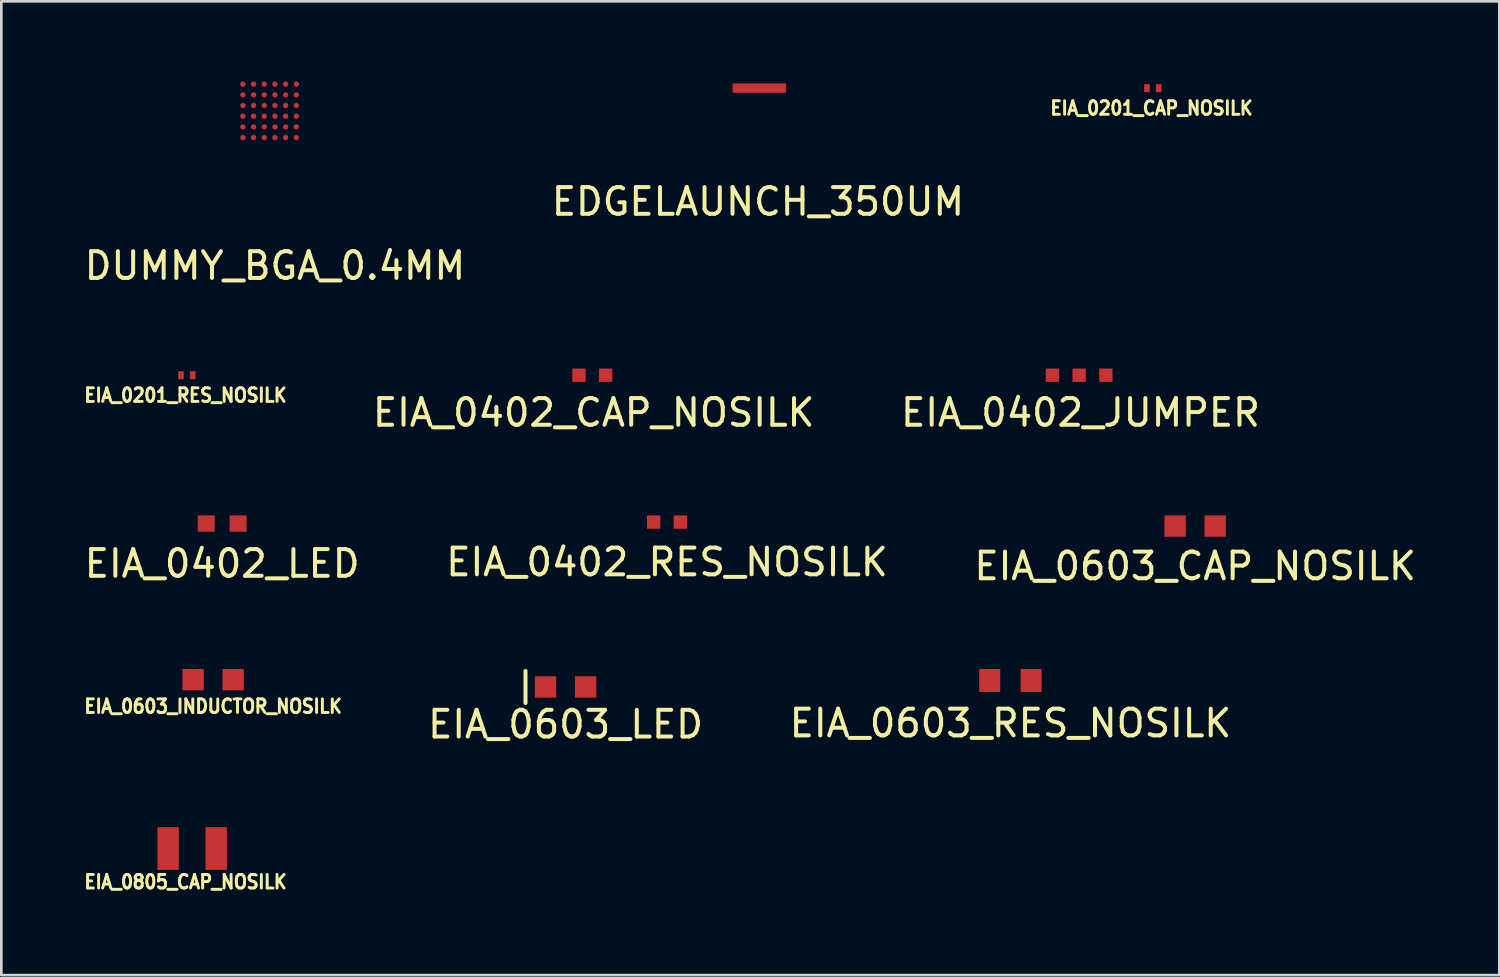
<source format=kicad_pcb>
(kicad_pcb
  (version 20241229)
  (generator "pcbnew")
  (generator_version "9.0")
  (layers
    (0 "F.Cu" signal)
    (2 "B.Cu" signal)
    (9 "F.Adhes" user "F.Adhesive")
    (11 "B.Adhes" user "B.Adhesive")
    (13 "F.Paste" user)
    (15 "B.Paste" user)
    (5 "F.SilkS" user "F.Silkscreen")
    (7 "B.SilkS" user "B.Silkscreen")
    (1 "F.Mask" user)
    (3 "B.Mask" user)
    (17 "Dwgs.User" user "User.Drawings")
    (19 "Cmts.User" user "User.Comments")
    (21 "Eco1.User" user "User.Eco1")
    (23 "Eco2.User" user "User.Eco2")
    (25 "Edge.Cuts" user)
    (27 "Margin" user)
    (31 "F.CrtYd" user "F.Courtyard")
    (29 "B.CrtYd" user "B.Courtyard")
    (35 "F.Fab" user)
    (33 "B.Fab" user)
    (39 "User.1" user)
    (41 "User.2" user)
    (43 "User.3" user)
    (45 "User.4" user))
  (footprint "EIA_0805_CAP_NOSILK"
    (layer "F.Cu")
    (at 4.145 28.718)
    (property "Reference" "EIA_0805_CAP_NOSILK" (at -0.25 1.25 0) (layer "F.SilkS") (effects (font (size 0.508 0.457) (thickness 0.11))))
    (attr smd)
    (pad "1" smd rect (at -0.9 0) (size 0.8 1.6) (layers "F.Cu" "F.Mask" "F.Paste"))
    (pad "2" smd rect (at 0.9 0) (size 0.8 1.6) (layers "F.Cu" "F.Mask" "F.Paste")))
  (footprint "EIA_0402_CAP_NOSILK"
    (layer "F.Cu")
    (at 19.127 10.998)
    (property "Reference" "EIA_0402_CAP_NOSILK" (at 0.05 1.4 0) (layer "F.SilkS") (effects (font (size 1 1) (thickness 0.15))))
    (attr smd)
    (pad "1" smd rect (at -0.5 0) (size 0.5 0.5) (layers "F.Cu" "F.Mask" "F.Paste"))
    (pad "2" smd rect (at 0.5 0) (size 0.5 0.5) (layers "F.Cu" "F.Mask" "F.Paste")))
  (footprint "EIA_0201_CAP_NOSILK"
    (layer "F.Cu")
    (at 40.112 0.25)
    (property "Reference" "EIA_0201_CAP_NOSILK" (at -0.05 0.75 0) (layer "F.SilkS") (effects (font (size 0.508 0.457) (thickness 0.11))))
    (attr through_hole)
    (pad "1" smd rect (at -0.22 0) (size 0.21 0.3) (layers "F.Cu" "F.Mask" "F.Paste"))
    (pad "2" smd rect (at 0.22 0) (size 0.21 0.3) (layers "F.Cu" "F.Mask" "F.Paste")))
  (footprint "EIA_0603_RES_NOSILK"
    (layer "F.Cu")
    (at 34.78 22.427)
    (property "Reference" "EIA_0603_RES_NOSILK" (at 0 1.6 0) (layer "F.SilkS") (effects (font (size 1 1) (thickness 0.15))))
    (attr smd)
    (pad "1" smd rect (at -0.775 0) (size 0.787 0.864) (layers "F.Cu" "F.Mask" "F.Paste"))
    (pad "2" smd rect (at 0.775 0) (size 0.787 0.864) (layers "F.Cu" "F.Mask" "F.Paste")))
  (footprint "DUMMY_BGA_0.4MM"
    (layer "F.Cu")
    (at 7.044 1.1)
    (property "Reference" "DUMMY_BGA_0.4MM" (at 0.2 5.8 0) (layer "F.SilkS") (effects (font (size 1 1) (thickness 0.15))))
    (attr through_hole)
    (pad "A1" smd circle (at -1 -1) (size 0.2 0.2) (layers "F.Cu" "F.Mask" "F.Paste"))
    (pad "A2" smd circle (at -0.6 -1) (size 0.2 0.2) (layers "F.Cu" "F.Mask" "F.Paste"))
    (pad "A3" smd circle (at -0.2 -1) (size 0.2 0.2) (layers "F.Cu" "F.Mask" "F.Paste"))
    (pad "A4" smd circle (at 0.2 -1) (size 0.2 0.2) (layers "F.Cu" "F.Mask" "F.Paste"))
    (pad "A5" smd circle (at 0.6 -1) (size 0.2 0.2) (layers "F.Cu" "F.Mask" "F.Paste"))
    (pad "A6" smd circle (at 1 -1) (size 0.2 0.2) (layers "F.Cu" "F.Mask" "F.Paste"))
    (pad "B1" smd circle (at -1 -0.6) (size 0.2 0.2) (layers "F.Cu" "F.Mask" "F.Paste"))
    (pad "B2" smd circle (at -0.6 -0.6) (size 0.2 0.2) (layers "F.Cu" "F.Mask" "F.Paste"))
    (pad "B3" smd circle (at -0.2 -0.6) (size 0.2 0.2) (layers "F.Cu" "F.Mask" "F.Paste"))
    (pad "B4" smd circle (at 0.2 -0.6) (size 0.2 0.2) (layers "F.Cu" "F.Mask" "F.Paste"))
    (pad "B5" smd circle (at 0.6 -0.6) (size 0.2 0.2) (layers "F.Cu" "F.Mask" "F.Paste"))
    (pad "B6" smd circle (at 1 -0.6) (size 0.2 0.2) (layers "F.Cu" "F.Mask" "F.Paste"))
    (pad "C1" smd circle (at -1 -0.2) (size 0.2 0.2) (layers "F.Cu" "F.Mask" "F.Paste"))
    (pad "C2" smd circle (at -0.6 -0.2) (size 0.2 0.2) (layers "F.Cu" "F.Mask" "F.Paste"))
    (pad "C3" smd circle (at -0.2 -0.2) (size 0.2 0.2) (layers "F.Cu" "F.Mask" "F.Paste"))
    (pad "C4" smd circle (at 0.2 -0.2) (size 0.2 0.2) (layers "F.Cu" "F.Mask" "F.Paste"))
    (pad "C5" smd circle (at 0.6 -0.2) (size 0.2 0.2) (layers "F.Cu" "F.Mask" "F.Paste"))
    (pad "C6" smd circle (at 1 -0.2) (size 0.2 0.2) (layers "F.Cu" "F.Mask" "F.Paste"))
    (pad "D1" smd circle (at -1 0.2) (size 0.2 0.2) (layers "F.Cu" "F.Mask" "F.Paste"))
    (pad "D2" smd circle (at -0.6 0.2) (size 0.2 0.2) (layers "F.Cu" "F.Mask" "F.Paste"))
    (pad "D3" smd circle (at -0.2 0.2) (size 0.2 0.2) (layers "F.Cu" "F.Mask" "F.Paste"))
    (pad "D4" smd circle (at 0.2 0.2) (size 0.2 0.2) (layers "F.Cu" "F.Mask" "F.Paste"))
    (pad "D5" smd circle (at 0.6 0.2) (size 0.2 0.2) (layers "F.Cu" "F.Mask" "F.Paste"))
    (pad "D6" smd circle (at 1 0.2) (size 0.2 0.2) (layers "F.Cu" "F.Mask" "F.Paste"))
    (pad "E1" smd circle (at -1 0.6) (size 0.2 0.2) (layers "F.Cu" "F.Mask" "F.Paste"))
    (pad "E2" smd circle (at -0.6 0.6) (size 0.2 0.2) (layers "F.Cu" "F.Mask" "F.Paste"))
    (pad "E3" smd circle (at -0.2 0.6) (size 0.2 0.2) (layers "F.Cu" "F.Mask" "F.Paste"))
    (pad "E4" smd circle (at 0.2 0.6) (size 0.2 0.2) (layers "F.Cu" "F.Mask" "F.Paste"))
    (pad "E5" smd circle (at 0.6 0.6) (size 0.2 0.2) (layers "F.Cu" "F.Mask" "F.Paste"))
    (pad "E6" smd circle (at 1 0.6) (size 0.2 0.2) (layers "F.Cu" "F.Mask" "F.Paste"))
    (pad "F1" smd circle (at -1 1) (size 0.2 0.2) (layers "F.Cu" "F.Mask" "F.Paste"))
    (pad "F2" smd circle (at -0.6 1) (size 0.2 0.2) (layers "F.Cu" "F.Mask" "F.Paste"))
    (pad "F3" smd circle (at -0.2 1) (size 0.2 0.2) (layers "F.Cu" "F.Mask" "F.Paste"))
    (pad "F4" smd circle (at 0.2 1) (size 0.2 0.2) (layers "F.Cu" "F.Mask" "F.Paste"))
    (pad "F5" smd circle (at 0.6 1) (size 0.2 0.2) (layers "F.Cu" "F.Mask" "F.Paste"))
    (pad "F6" smd circle (at 1 1) (size 0.2 0.2) (layers "F.Cu" "F.Mask" "F.Paste")))
  (footprint "EIA_0402_LED"
    (layer "F.Cu")
    (at 5.268 16.552)
    (property "Reference" "EIA_0402_LED" (at 0 1.5 0) (layer "F.SilkS") (effects (font (size 1 1) (thickness 0.15))))
    (attr smd)
    (pad "1" smd rect (at -0.597 0) (size 0.635 0.61) (layers "F.Cu" "F.Mask" "F.Paste"))
    (pad "2" smd rect (at 0.597 0) (size 0.635 0.61) (layers "F.Cu" "F.Mask" "F.Paste")))
  (footprint "EIA_0402_RES_NOSILK"
    (layer "F.Cu")
    (at 21.923 16.497)
    (property "Reference" "EIA_0402_RES_NOSILK" (at 0 1.5 0) (layer "F.SilkS") (effects (font (size 1 1) (thickness 0.15))))
    (attr smd)
    (pad "1" smd rect (at -0.5 0) (size 0.5 0.5) (layers "F.Cu" "F.Mask" "F.Paste"))
    (pad "2" smd rect (at 0.5 0) (size 0.5 0.5) (layers "F.Cu" "F.Mask" "F.Paste")))
  (footprint "EIA_0402_JUMPER"
    (layer "F.Cu")
    (at 37.353 10.998)
    (property "Reference" "EIA_0402_JUMPER" (at 0.05 1.4 0) (layer "F.SilkS") (effects (font (size 1 1) (thickness 0.15))))
    (attr smd)
    (pad "1" smd rect (at -1 0) (size 0.5 0.5) (layers "F.Cu" "F.Mask" "F.Paste"))
    (pad "2" smd rect (at 0 0) (size 0.5 0.5) (layers "F.Cu" "F.Mask" "F.Paste"))
    (pad "3" smd rect (at 1 0) (size 0.5 0.5) (layers "F.Cu" "F.Mask" "F.Paste")))
  (footprint "EDGELAUNCH_350UM"
    (layer "F.Cu")
    (at 25.377 0.25)
    (property "Reference" "EDGELAUNCH_350UM" (at -0.05 4.25 0) (layer "F.SilkS") (effects (font (size 1 1) (thickness 0.15))))
    (attr through_hole)
    (pad "1" smd rect (at 0 0) (size 2 0.35) (layers "F.Cu" "F.Mask" "F.Paste")))
  (footprint "EIA_0201_RES_NOSILK"
    (layer "F.Cu")
    (at 3.945 10.998)
    (property "Reference" "EIA_0201_RES_NOSILK" (at -0.05 0.75 0) (layer "F.SilkS") (effects (font (size 0.508 0.457) (thickness 0.11))))
    (attr through_hole)
    (pad "1" smd rect (at -0.22 0) (size 0.21 0.3) (layers "F.Cu" "F.Mask" "F.Paste"))
    (pad "2" smd rect (at 0.22 0) (size 0.21 0.3) (layers "F.Cu" "F.Mask" "F.Paste")))
  (footprint "EIA_0603_CAP_NOSILK"
    (layer "F.Cu")
    (at 41.696 16.646)
    (property "Reference" "EIA_0603_CAP_NOSILK" (at 0 1.5 0) (layer "F.SilkS") (effects (font (size 1 1) (thickness 0.15))))
    (attr through_hole)
    (pad "1" smd rect (at -0.75 0) (size 0.8 0.8) (layers "F.Cu" "F.Mask" "F.Paste"))
    (pad "2" smd rect (at 0.75 0) (size 0.8 0.8) (layers "F.Cu" "F.Mask" "F.Paste")))
  (footprint "EIA_0603_LED"
    (layer "F.Cu")
    (at 18.125 22.67)
    (property "Reference" "EIA_0603_LED" (at 0 1.4 0) (layer "F.SilkS") (effects (font (size 1 1) (thickness 0.15))))
    (attr through_hole)
    (fp_line (start -1.5 -0.6) (end -1.5 0.6) (stroke (width 0.15) (type solid)) (layer "F.SilkS"))
    (pad "1" smd rect (at -0.75 0) (size 0.8 0.8) (layers "F.Cu" "F.Mask" "F.Paste"))
    (pad "2" smd rect (at 0.75 0) (size 0.8 0.8) (layers "F.Cu" "F.Mask" "F.Paste")))
  (footprint "EIA_0603_INDUCTOR_NOSILK"
    (layer "F.Cu")
    (at 4.929 22.395)
    (property "Reference" "EIA_0603_INDUCTOR_NOSILK" (at 0 1 0) (layer "F.SilkS") (effects (font (size 0.508 0.457) (thickness 0.11))))
    (attr through_hole)
    (pad "1" smd rect (at -0.75 0) (size 0.8 0.8) (layers "F.Cu" "F.Mask" "F.Paste"))
    (pad "2" smd rect (at 0.75 0) (size 0.8 0.8) (layers "F.Cu" "F.Mask" "F.Paste")))
  (gr_rect
    (start -3 -3)
    (end 53.083 33.458)
    (stroke (width 0.1) (type default))
    (fill no)
    (layer "Edge.Cuts")))
</source>
